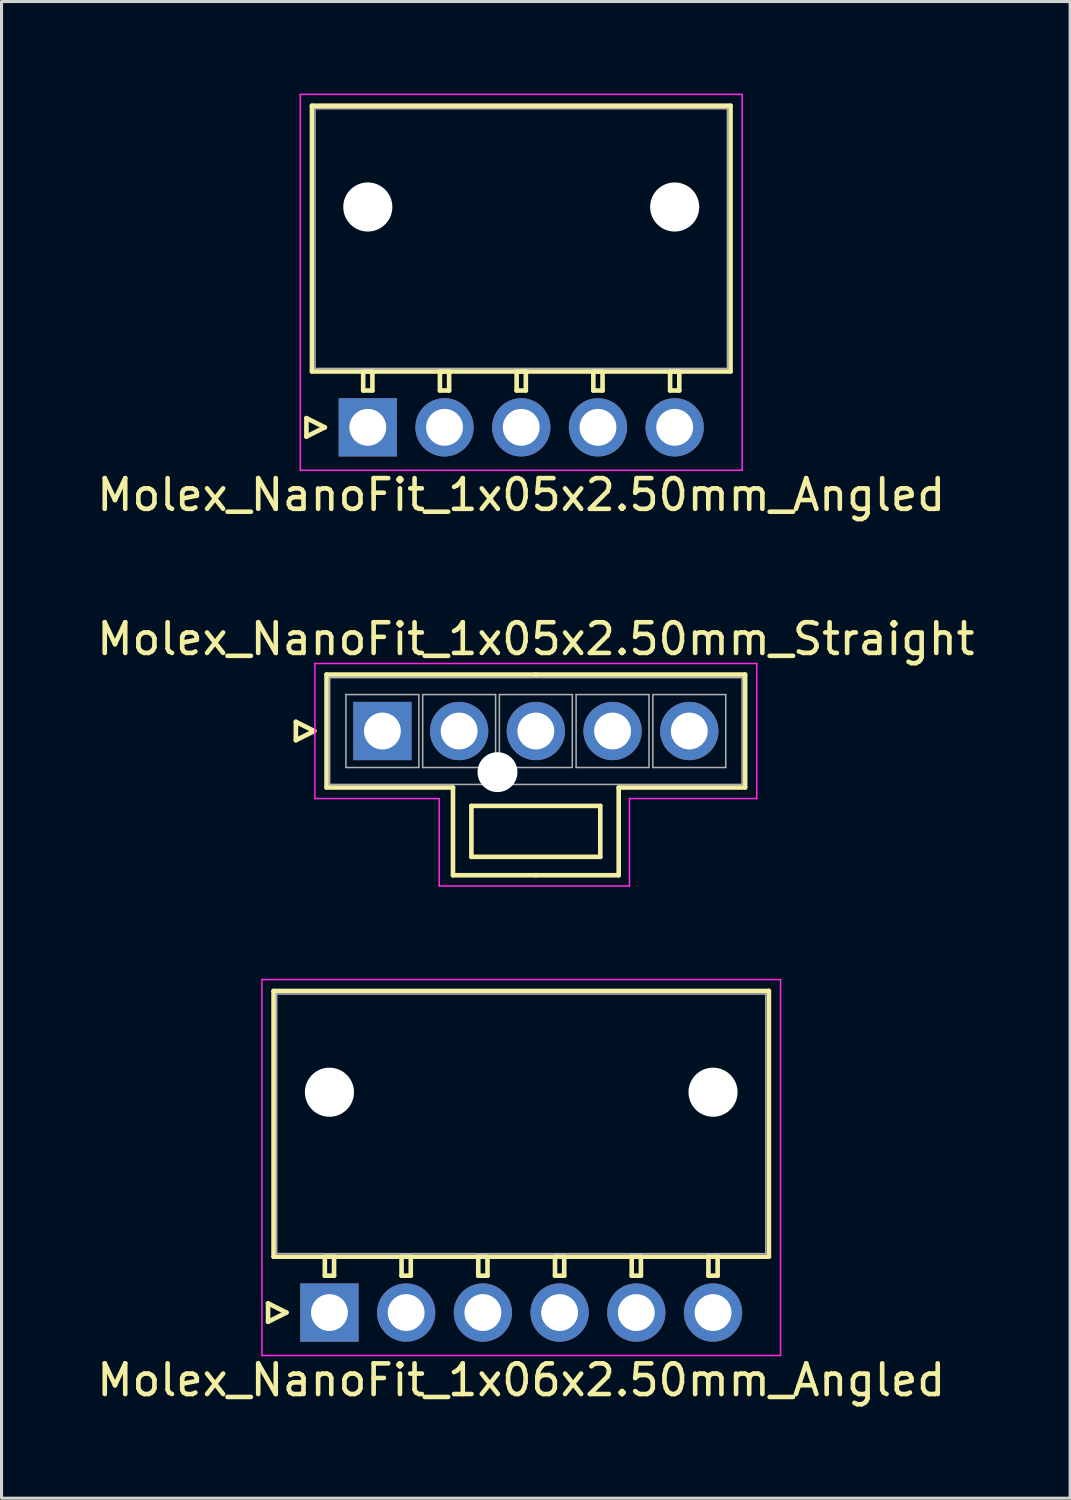
<source format=kicad_pcb>
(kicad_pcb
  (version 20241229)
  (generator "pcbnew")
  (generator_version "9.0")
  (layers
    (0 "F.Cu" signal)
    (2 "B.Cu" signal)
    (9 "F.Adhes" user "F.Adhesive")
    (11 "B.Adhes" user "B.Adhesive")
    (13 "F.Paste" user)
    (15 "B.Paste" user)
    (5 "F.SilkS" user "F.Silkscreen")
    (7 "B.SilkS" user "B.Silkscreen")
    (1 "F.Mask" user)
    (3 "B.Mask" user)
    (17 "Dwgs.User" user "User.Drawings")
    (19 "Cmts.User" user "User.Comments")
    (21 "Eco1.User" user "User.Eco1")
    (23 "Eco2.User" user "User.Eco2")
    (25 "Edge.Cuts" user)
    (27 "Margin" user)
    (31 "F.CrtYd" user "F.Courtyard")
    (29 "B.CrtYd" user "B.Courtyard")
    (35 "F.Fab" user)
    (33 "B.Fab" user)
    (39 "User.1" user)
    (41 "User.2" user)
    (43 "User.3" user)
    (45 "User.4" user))
  (footprint "Molex_NanoFit_1x05x2.50mm_Angled"
    (layer "F.Cu")
    (at 8.935 10.875)
    (property "Reference" "Molex_NanoFit_1x05x2.50mm_Angled" (at 5 2.2 0) (layer "F.SilkS") (effects (font (size 1 1) (thickness 0.15))))
    (attr through_hole)
    (fp_line (start -2 -0.3) (end -1.4 0) (stroke (width 0.15) (type solid)) (layer "F.SilkS"))
    (fp_line (start -2 0.3) (end -2 -0.3) (stroke (width 0.15) (type solid)) (layer "F.SilkS"))
    (fp_line (start -1.82 -10.48) (end -1.82 -1.82) (stroke (width 0.15) (type solid)) (layer "F.SilkS"))
    (fp_line (start -1.82 -1.82) (end 11.82 -1.82) (stroke (width 0.15) (type solid)) (layer "F.SilkS"))
    (fp_line (start -1.4 0) (end -2 0.3) (stroke (width 0.15) (type solid)) (layer "F.SilkS"))
    (fp_line (start -0.15 -1.82) (end -0.15 -1.2) (stroke (width 0.15) (type solid)) (layer "F.SilkS"))
    (fp_line (start -0.15 -1.2) (end 0.15 -1.2) (stroke (width 0.15) (type solid)) (layer "F.SilkS"))
    (fp_line (start 0.15 -1.82) (end -0.15 -1.82) (stroke (width 0.15) (type solid)) (layer "F.SilkS"))
    (fp_line (start 0.15 -1.2) (end 0.15 -1.82) (stroke (width 0.15) (type solid)) (layer "F.SilkS"))
    (fp_line (start 2.35 -1.82) (end 2.35 -1.2) (stroke (width 0.15) (type solid)) (layer "F.SilkS"))
    (fp_line (start 2.35 -1.2) (end 2.65 -1.2) (stroke (width 0.15) (type solid)) (layer "F.SilkS"))
    (fp_line (start 2.65 -1.82) (end 2.35 -1.82) (stroke (width 0.15) (type solid)) (layer "F.SilkS"))
    (fp_line (start 2.65 -1.2) (end 2.65 -1.82) (stroke (width 0.15) (type solid)) (layer "F.SilkS"))
    (fp_line (start 4.85 -1.82) (end 4.85 -1.2) (stroke (width 0.15) (type solid)) (layer "F.SilkS"))
    (fp_line (start 4.85 -1.2) (end 5.15 -1.2) (stroke (width 0.15) (type solid)) (layer "F.SilkS"))
    (fp_line (start 5.15 -1.82) (end 4.85 -1.82) (stroke (width 0.15) (type solid)) (layer "F.SilkS"))
    (fp_line (start 5.15 -1.2) (end 5.15 -1.82) (stroke (width 0.15) (type solid)) (layer "F.SilkS"))
    (fp_line (start 7.35 -1.82) (end 7.35 -1.2) (stroke (width 0.15) (type solid)) (layer "F.SilkS"))
    (fp_line (start 7.35 -1.2) (end 7.65 -1.2) (stroke (width 0.15) (type solid)) (layer "F.SilkS"))
    (fp_line (start 7.65 -1.82) (end 7.35 -1.82) (stroke (width 0.15) (type solid)) (layer "F.SilkS"))
    (fp_line (start 7.65 -1.2) (end 7.65 -1.82) (stroke (width 0.15) (type solid)) (layer "F.SilkS"))
    (fp_line (start 9.85 -1.82) (end 9.85 -1.2) (stroke (width 0.15) (type solid)) (layer "F.SilkS"))
    (fp_line (start 9.85 -1.2) (end 10.15 -1.2) (stroke (width 0.15) (type solid)) (layer "F.SilkS"))
    (fp_line (start 10.15 -1.82) (end 9.85 -1.82) (stroke (width 0.15) (type solid)) (layer "F.SilkS"))
    (fp_line (start 10.15 -1.2) (end 10.15 -1.82) (stroke (width 0.15) (type solid)) (layer "F.SilkS"))
    (fp_line (start 11.82 -10.48) (end -1.82 -10.48) (stroke (width 0.15) (type solid)) (layer "F.SilkS"))
    (fp_line (start 11.82 -1.82) (end 11.82 -10.48) (stroke (width 0.15) (type solid)) (layer "F.SilkS"))
    (fp_line (start -2.2 -10.85) (end -2.2 1.4) (stroke (width 0.05) (type solid)) (layer "F.CrtYd"))
    (fp_line (start -2.2 1.4) (end 12.2 1.4) (stroke (width 0.05) (type solid)) (layer "F.CrtYd"))
    (fp_line (start 12.2 -10.85) (end -2.2 -10.85) (stroke (width 0.05) (type solid)) (layer "F.CrtYd"))
    (fp_line (start 12.2 1.4) (end 12.2 -10.85) (stroke (width 0.05) (type solid)) (layer "F.CrtYd"))
    (fp_line (start -1.72 -10.38) (end -1.72 -1.92) (stroke (width 0.05) (type solid)) (layer "F.Fab"))
    (fp_line (start -1.72 -1.92) (end 11.72 -1.92) (stroke (width 0.05) (type solid)) (layer "F.Fab"))
    (fp_line (start 11.72 -10.38) (end -1.72 -10.38) (stroke (width 0.05) (type solid)) (layer "F.Fab"))
    (fp_line (start 11.72 -1.92) (end 11.72 -10.38) (stroke (width 0.05) (type solid)) (layer "F.Fab"))
    (pad "" np_thru_hole circle (at 0 -7.18) (size 1.6 1.6) (drill 1.6) (layers "*.Cu"))
    (pad "" np_thru_hole circle (at 10 -7.18) (size 1.6 1.6) (drill 1.6) (layers "*.Cu"))
    (pad "1" thru_hole rect (at 0 0) (size 1.9 1.9) (drill 1.2) (layers "*.Cu" "*.Mask"))
    (pad "2" thru_hole circle (at 2.5 0) (size 1.9 1.9) (drill 1.2) (layers "*.Cu" "*.Mask"))
    (pad "3" thru_hole circle (at 5 0) (size 1.9 1.9) (drill 1.2) (layers "*.Cu" "*.Mask"))
    (pad "4" thru_hole circle (at 7.5 0) (size 1.9 1.9) (drill 1.2) (layers "*.Cu" "*.Mask"))
    (pad "5" thru_hole circle (at 10 0) (size 1.9 1.9) (drill 1.2) (layers "*.Cu" "*.Mask")))
  (footprint "Molex_NanoFit_1x06x2.50mm_Angled"
    (layer "F.Cu")
    (at 7.685 39.721)
    (property "Reference" "Molex_NanoFit_1x06x2.50mm_Angled" (at 6.25 2.2 0) (layer "F.SilkS") (effects (font (size 1 1) (thickness 0.15))))
    (attr through_hole)
    (fp_line (start -2 -0.3) (end -1.4 0) (stroke (width 0.15) (type solid)) (layer "F.SilkS"))
    (fp_line (start -2 0.3) (end -2 -0.3) (stroke (width 0.15) (type solid)) (layer "F.SilkS"))
    (fp_line (start -1.82 -10.48) (end -1.82 -1.82) (stroke (width 0.15) (type solid)) (layer "F.SilkS"))
    (fp_line (start -1.82 -1.82) (end 14.32 -1.82) (stroke (width 0.15) (type solid)) (layer "F.SilkS"))
    (fp_line (start -1.4 0) (end -2 0.3) (stroke (width 0.15) (type solid)) (layer "F.SilkS"))
    (fp_line (start -0.15 -1.82) (end -0.15 -1.2) (stroke (width 0.15) (type solid)) (layer "F.SilkS"))
    (fp_line (start -0.15 -1.2) (end 0.15 -1.2) (stroke (width 0.15) (type solid)) (layer "F.SilkS"))
    (fp_line (start 0.15 -1.82) (end -0.15 -1.82) (stroke (width 0.15) (type solid)) (layer "F.SilkS"))
    (fp_line (start 0.15 -1.2) (end 0.15 -1.82) (stroke (width 0.15) (type solid)) (layer "F.SilkS"))
    (fp_line (start 2.35 -1.82) (end 2.35 -1.2) (stroke (width 0.15) (type solid)) (layer "F.SilkS"))
    (fp_line (start 2.35 -1.2) (end 2.65 -1.2) (stroke (width 0.15) (type solid)) (layer "F.SilkS"))
    (fp_line (start 2.65 -1.82) (end 2.35 -1.82) (stroke (width 0.15) (type solid)) (layer "F.SilkS"))
    (fp_line (start 2.65 -1.2) (end 2.65 -1.82) (stroke (width 0.15) (type solid)) (layer "F.SilkS"))
    (fp_line (start 4.85 -1.82) (end 4.85 -1.2) (stroke (width 0.15) (type solid)) (layer "F.SilkS"))
    (fp_line (start 4.85 -1.2) (end 5.15 -1.2) (stroke (width 0.15) (type solid)) (layer "F.SilkS"))
    (fp_line (start 5.15 -1.82) (end 4.85 -1.82) (stroke (width 0.15) (type solid)) (layer "F.SilkS"))
    (fp_line (start 5.15 -1.2) (end 5.15 -1.82) (stroke (width 0.15) (type solid)) (layer "F.SilkS"))
    (fp_line (start 7.35 -1.82) (end 7.35 -1.2) (stroke (width 0.15) (type solid)) (layer "F.SilkS"))
    (fp_line (start 7.35 -1.2) (end 7.65 -1.2) (stroke (width 0.15) (type solid)) (layer "F.SilkS"))
    (fp_line (start 7.65 -1.82) (end 7.35 -1.82) (stroke (width 0.15) (type solid)) (layer "F.SilkS"))
    (fp_line (start 7.65 -1.2) (end 7.65 -1.82) (stroke (width 0.15) (type solid)) (layer "F.SilkS"))
    (fp_line (start 9.85 -1.82) (end 9.85 -1.2) (stroke (width 0.15) (type solid)) (layer "F.SilkS"))
    (fp_line (start 9.85 -1.2) (end 10.15 -1.2) (stroke (width 0.15) (type solid)) (layer "F.SilkS"))
    (fp_line (start 10.15 -1.82) (end 9.85 -1.82) (stroke (width 0.15) (type solid)) (layer "F.SilkS"))
    (fp_line (start 10.15 -1.2) (end 10.15 -1.82) (stroke (width 0.15) (type solid)) (layer "F.SilkS"))
    (fp_line (start 12.35 -1.82) (end 12.35 -1.2) (stroke (width 0.15) (type solid)) (layer "F.SilkS"))
    (fp_line (start 12.35 -1.2) (end 12.65 -1.2) (stroke (width 0.15) (type solid)) (layer "F.SilkS"))
    (fp_line (start 12.65 -1.82) (end 12.35 -1.82) (stroke (width 0.15) (type solid)) (layer "F.SilkS"))
    (fp_line (start 12.65 -1.2) (end 12.65 -1.82) (stroke (width 0.15) (type solid)) (layer "F.SilkS"))
    (fp_line (start 14.32 -10.48) (end -1.82 -10.48) (stroke (width 0.15) (type solid)) (layer "F.SilkS"))
    (fp_line (start 14.32 -1.82) (end 14.32 -10.48) (stroke (width 0.15) (type solid)) (layer "F.SilkS"))
    (fp_line (start -2.2 -10.85) (end -2.2 1.4) (stroke (width 0.05) (type solid)) (layer "F.CrtYd"))
    (fp_line (start -2.2 1.4) (end 14.7 1.4) (stroke (width 0.05) (type solid)) (layer "F.CrtYd"))
    (fp_line (start 14.7 -10.85) (end -2.2 -10.85) (stroke (width 0.05) (type solid)) (layer "F.CrtYd"))
    (fp_line (start 14.7 1.4) (end 14.7 -10.85) (stroke (width 0.05) (type solid)) (layer "F.CrtYd"))
    (fp_line (start -1.72 -10.38) (end -1.72 -1.92) (stroke (width 0.05) (type solid)) (layer "F.Fab"))
    (fp_line (start -1.72 -1.92) (end 14.22 -1.92) (stroke (width 0.05) (type solid)) (layer "F.Fab"))
    (fp_line (start 14.22 -10.38) (end -1.72 -10.38) (stroke (width 0.05) (type solid)) (layer "F.Fab"))
    (fp_line (start 14.22 -1.92) (end 14.22 -10.38) (stroke (width 0.05) (type solid)) (layer "F.Fab"))
    (pad "" np_thru_hole circle (at 0 -7.18) (size 1.6 1.6) (drill 1.6) (layers "*.Cu"))
    (pad "" np_thru_hole circle (at 12.5 -7.18) (size 1.6 1.6) (drill 1.6) (layers "*.Cu"))
    (pad "1" thru_hole rect (at 0 0) (size 1.9 1.9) (drill 1.2) (layers "*.Cu" "*.Mask"))
    (pad "2" thru_hole circle (at 2.5 0) (size 1.9 1.9) (drill 1.2) (layers "*.Cu" "*.Mask"))
    (pad "3" thru_hole circle (at 5 0) (size 1.9 1.9) (drill 1.2) (layers "*.Cu" "*.Mask"))
    (pad "4" thru_hole circle (at 7.5 0) (size 1.9 1.9) (drill 1.2) (layers "*.Cu" "*.Mask"))
    (pad "5" thru_hole circle (at 10 0) (size 1.9 1.9) (drill 1.2) (layers "*.Cu" "*.Mask"))
    (pad "6" thru_hole circle (at 12.5 0) (size 1.9 1.9) (drill 1.2) (layers "*.Cu" "*.Mask")))
  (footprint "Molex_NanoFit_1x05x2.50mm_Straight"
    (layer "F.Cu")
    (at 9.411 20.771)
    (property "Reference" "Molex_NanoFit_1x05x2.50mm_Straight" (at 5 -3 0) (layer "F.SilkS") (effects (font (size 1 1) (thickness 0.15))))
    (attr through_hole)
    (fp_line (start -2.82 -0.3) (end -2.22 0) (stroke (width 0.15) (type solid)) (layer "F.SilkS"))
    (fp_line (start -2.82 0.3) (end -2.82 -0.3) (stroke (width 0.15) (type solid)) (layer "F.SilkS"))
    (fp_line (start -2.22 0) (end -2.82 0.3) (stroke (width 0.15) (type solid)) (layer "F.SilkS"))
    (fp_line (start -1.82 -1.84) (end -1.82 1.84) (stroke (width 0.15) (type solid)) (layer "F.SilkS"))
    (fp_line (start -1.82 1.84) (end 2.3 1.84) (stroke (width 0.15) (type solid)) (layer "F.SilkS"))
    (fp_line (start 2.3 1.84) (end 2.3 4.7) (stroke (width 0.15) (type solid)) (layer "F.SilkS"))
    (fp_line (start 2.3 4.7) (end 5 4.7) (stroke (width 0.15) (type solid)) (layer "F.SilkS"))
    (fp_line (start 2.9 2.44) (end 2.9 4.1) (stroke (width 0.15) (type solid)) (layer "F.SilkS"))
    (fp_line (start 2.9 4.1) (end 7.1 4.1) (stroke (width 0.15) (type solid)) (layer "F.SilkS"))
    (fp_line (start 5 -1.84) (end -1.82 -1.84) (stroke (width 0.15) (type solid)) (layer "F.SilkS"))
    (fp_line (start 5 -1.84) (end 11.82 -1.84) (stroke (width 0.15) (type solid)) (layer "F.SilkS"))
    (fp_line (start 7.1 2.44) (end 2.9 2.44) (stroke (width 0.15) (type solid)) (layer "F.SilkS"))
    (fp_line (start 7.1 4.1) (end 7.1 2.44) (stroke (width 0.15) (type solid)) (layer "F.SilkS"))
    (fp_line (start 7.7 1.84) (end 7.7 4.7) (stroke (width 0.15) (type solid)) (layer "F.SilkS"))
    (fp_line (start 7.7 4.7) (end 5 4.7) (stroke (width 0.15) (type solid)) (layer "F.SilkS"))
    (fp_line (start 11.82 -1.84) (end 11.82 1.84) (stroke (width 0.15) (type solid)) (layer "F.SilkS"))
    (fp_line (start 11.82 1.84) (end 7.7 1.84) (stroke (width 0.15) (type solid)) (layer "F.SilkS"))
    (fp_line (start -2.2 -2.2) (end -2.2 2.2) (stroke (width 0.05) (type solid)) (layer "F.CrtYd"))
    (fp_line (start -2.2 2.2) (end 1.85 2.2) (stroke (width 0.05) (type solid)) (layer "F.CrtYd"))
    (fp_line (start 1.85 2.2) (end 1.85 5.05) (stroke (width 0.05) (type solid)) (layer "F.CrtYd"))
    (fp_line (start 1.85 5.05) (end 8.05 5.05) (stroke (width 0.05) (type solid)) (layer "F.CrtYd"))
    (fp_line (start 8.05 2.2) (end 12.2 2.2) (stroke (width 0.05) (type solid)) (layer "F.CrtYd"))
    (fp_line (start 8.05 5.05) (end 8.05 2.2) (stroke (width 0.05) (type solid)) (layer "F.CrtYd"))
    (fp_line (start 12.2 -2.2) (end -2.2 -2.2) (stroke (width 0.05) (type solid)) (layer "F.CrtYd"))
    (fp_line (start 12.2 2.2) (end 12.2 -2.2) (stroke (width 0.05) (type solid)) (layer "F.CrtYd"))
    (fp_line (start -1.72 -1.74) (end -1.72 1.74) (stroke (width 0.05) (type solid)) (layer "F.Fab"))
    (fp_line (start -1.72 1.74) (end 11.72 1.74) (stroke (width 0.05) (type solid)) (layer "F.Fab"))
    (fp_line (start -1.188 -1.188) (end -1.188 1.188) (stroke (width 0.05) (type solid)) (layer "F.Fab"))
    (fp_line (start -1.188 1.188) (end 1.188 1.188) (stroke (width 0.05) (type solid)) (layer "F.Fab"))
    (fp_line (start 1.188 -1.188) (end -1.188 -1.188) (stroke (width 0.05) (type solid)) (layer "F.Fab"))
    (fp_line (start 1.188 1.188) (end 1.188 -1.188) (stroke (width 0.05) (type solid)) (layer "F.Fab"))
    (fp_line (start 1.312 -1.188) (end 1.312 1.188) (stroke (width 0.05) (type solid)) (layer "F.Fab"))
    (fp_line (start 1.312 1.188) (end 3.688 1.188) (stroke (width 0.05) (type solid)) (layer "F.Fab"))
    (fp_line (start 3.688 -1.188) (end 1.312 -1.188) (stroke (width 0.05) (type solid)) (layer "F.Fab"))
    (fp_line (start 3.688 1.188) (end 3.688 -1.188) (stroke (width 0.05) (type solid)) (layer "F.Fab"))
    (fp_line (start 3.812 -1.188) (end 3.812 1.188) (stroke (width 0.05) (type solid)) (layer "F.Fab"))
    (fp_line (start 3.812 1.188) (end 6.188 1.188) (stroke (width 0.05) (type solid)) (layer "F.Fab"))
    (fp_line (start 6.188 -1.188) (end 3.812 -1.188) (stroke (width 0.05) (type solid)) (layer "F.Fab"))
    (fp_line (start 6.188 1.188) (end 6.188 -1.188) (stroke (width 0.05) (type solid)) (layer "F.Fab"))
    (fp_line (start 6.312 -1.188) (end 6.312 1.188) (stroke (width 0.05) (type solid)) (layer "F.Fab"))
    (fp_line (start 6.312 1.188) (end 8.688 1.188) (stroke (width 0.05) (type solid)) (layer "F.Fab"))
    (fp_line (start 8.688 -1.188) (end 6.312 -1.188) (stroke (width 0.05) (type solid)) (layer "F.Fab"))
    (fp_line (start 8.688 1.188) (end 8.688 -1.188) (stroke (width 0.05) (type solid)) (layer "F.Fab"))
    (fp_line (start 8.812 -1.188) (end 8.812 1.188) (stroke (width 0.05) (type solid)) (layer "F.Fab"))
    (fp_line (start 8.812 1.188) (end 11.188 1.188) (stroke (width 0.05) (type solid)) (layer "F.Fab"))
    (fp_line (start 11.188 -1.188) (end 8.812 -1.188) (stroke (width 0.05) (type solid)) (layer "F.Fab"))
    (fp_line (start 11.188 1.188) (end 11.188 -1.188) (stroke (width 0.05) (type solid)) (layer "F.Fab"))
    (fp_line (start 11.72 -1.74) (end -1.72 -1.74) (stroke (width 0.05) (type solid)) (layer "F.Fab"))
    (fp_line (start 11.72 1.74) (end 11.72 -1.74) (stroke (width 0.05) (type solid)) (layer "F.Fab"))
    (pad "" np_thru_hole circle (at 3.75 1.34) (size 1.3 1.3) (drill 1.3) (layers "*.Cu"))
    (pad "1" thru_hole rect (at 0 0) (size 1.9 1.9) (drill 1.2) (layers "*.Cu" "*.Mask"))
    (pad "2" thru_hole circle (at 2.5 0) (size 1.9 1.9) (drill 1.2) (layers "*.Cu" "*.Mask"))
    (pad "3" thru_hole circle (at 5 0) (size 1.9 1.9) (drill 1.2) (layers "*.Cu" "*.Mask"))
    (pad "4" thru_hole circle (at 7.5 0) (size 1.9 1.9) (drill 1.2) (layers "*.Cu" "*.Mask"))
    (pad "5" thru_hole circle (at 10 0) (size 1.9 1.9) (drill 1.2) (layers "*.Cu" "*.Mask")))
  (gr_rect
    (start -3 -3)
    (end 31.821 45.77)
    (stroke (width 0.1) (type default))
    (fill no)
    (layer "Edge.Cuts")))
</source>
